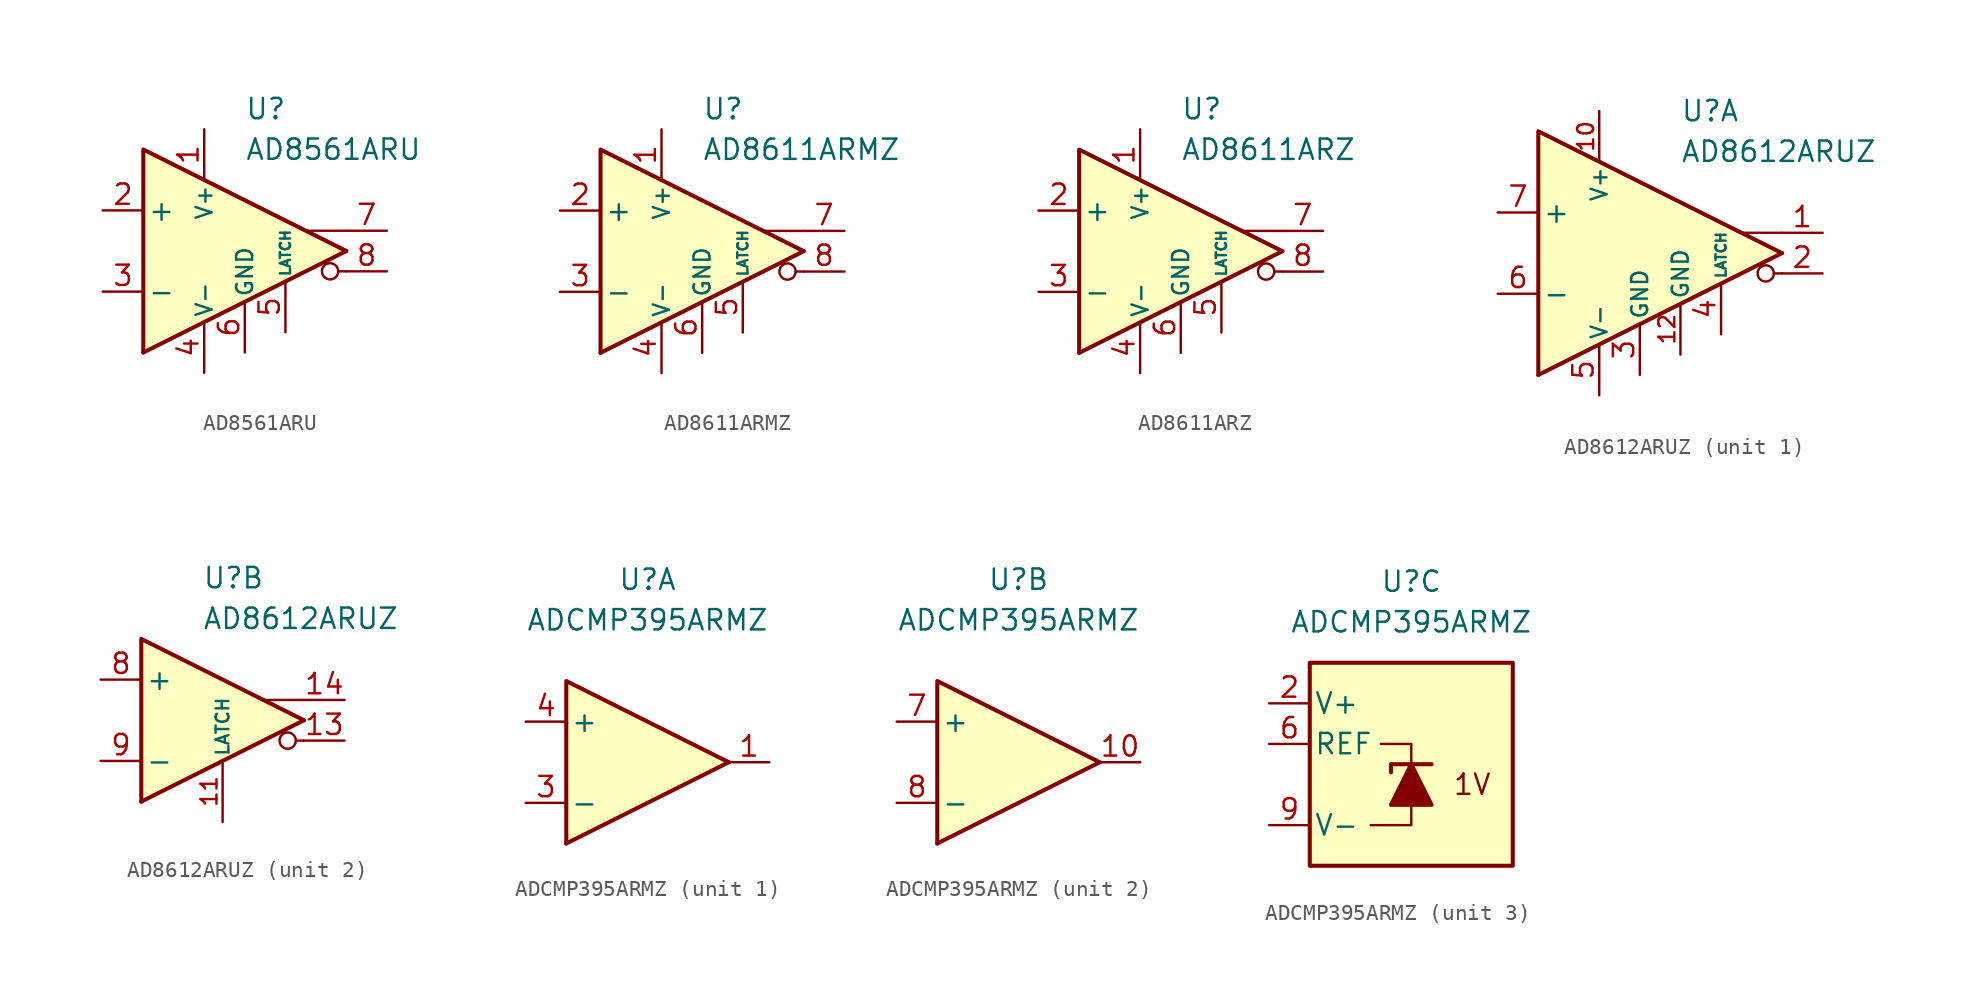
<source format=kicad_sym>
(kicad_symbol_lib
  (version 20231120)
  (generator "kicad_symbol_editor")
  (generator_version "8.0")
  (symbol "AD8561ARU"
    (pin_names
      (offset 0.254))
    (property "Reference" "U"
      (at 0 8.89 0)
      (effects (font (size 1.27 1.27)) (justify left)))
    (property "Value" "AD8561ARU"
      (at 0 6.35 0)
      (effects (font (size 1.27 1.27)) (justify left)))
    (symbol "AD8561ARU_0_0"
      (polyline (pts (xy 6.35 -1.27) (xy 5.842 -1.27)) (stroke (width 0.152) (type default)) (fill (type none)))
      (polyline (pts (xy 6.35 0) (xy -6.35 -6.35)) (stroke (width 0.254) (type default)) (fill (type none)))
      (polyline (pts (xy 6.35 1.27) (xy 3.81 1.27)) (stroke (width 0.152) (type default)) (fill (type none)))
      (polyline (pts (xy 6.35 0) (xy -6.35 6.35) (xy -6.35 -6.35)) (stroke (width 0.254) (type default)) (fill (type background)))
      (circle (center 5.334 -1.27) (radius 0.508) (stroke (width 0.152) (type default)) (fill (type none))))
    (symbol "AD8561ARU_1_1"
      (pin power_in line (at -2.54 7.62 270) (length 3.18) (name "V+" (effects (font (size 1 1)))) (number "1" (effects (font (size 1.27 1.27)))))
      (pin input line (at -8.89 2.54 0) (length 2.54) (name "+" (effects (font (size 1.27 1.27)))) (number "2" (effects (font (size 1.27 1.27)))))
      (pin input line (at -8.89 -2.54 0) (length 2.54) (name "-" (effects (font (size 1.27 1.27)))) (number "3" (effects (font (size 1.27 1.27)))))
      (pin power_in line (at -2.54 -7.62 90) (length 3.18) (name "V-" (effects (font (size 1 1)))) (number "4" (effects (font (size 1.27 1.27)))))
      (pin input line (at 2.54 -5.08 90) (length 3.18) (name "LATCH" (effects (font (size 0.635 0.635)))) (number "5" (effects (font (size 1.27 1.27)))))
      (pin power_in line (at 0 -6.35 90) (length 3.18) (name "GND" (effects (font (size 1 1)))) (number "6" (effects (font (size 1.27 1.27)))))
      (pin output line (at 8.89 1.27 180) (length 2.54) (name "~" (effects (font (size 1.27 1.27)))) (number "7" (effects (font (size 1.27 1.27)))))
      (pin output line (at 8.89 -1.27 180) (length 2.54) (name "~" (effects (font (size 1.27 1.27)))) (number "8" (effects (font (size 1.27 1.27)))))))
  (symbol "AD8611ARMZ"
    (pin_names
      (offset 0.254))
    (property "Reference" "U"
      (at 0 8.89 0)
      (effects (font (size 1.27 1.27)) (justify left)))
    (property "Value" "AD8611ARMZ"
      (at 0 6.35 0)
      (effects (font (size 1.27 1.27)) (justify left)))
    (symbol "AD8611ARMZ_0_0"
      (polyline (pts (xy 6.35 -1.27) (xy 5.842 -1.27)) (stroke (width 0.152) (type default)) (fill (type none)))
      (polyline (pts (xy 6.35 0) (xy -6.35 -6.35)) (stroke (width 0.254) (type default)) (fill (type none)))
      (polyline (pts (xy 6.35 1.27) (xy 3.81 1.27)) (stroke (width 0.152) (type default)) (fill (type none)))
      (polyline (pts (xy 6.35 0) (xy -6.35 6.35) (xy -6.35 -6.35)) (stroke (width 0.254) (type default)) (fill (type background)))
      (circle (center 5.334 -1.27) (radius 0.508) (stroke (width 0.152) (type default)) (fill (type none))))
    (symbol "AD8611ARMZ_1_1"
      (pin power_in line (at -2.54 7.62 270) (length 3.18) (name "V+" (effects (font (size 1 1)))) (number "1" (effects (font (size 1.27 1.27)))))
      (pin input line (at -8.89 2.54 0) (length 2.54) (name "+" (effects (font (size 1.27 1.27)))) (number "2" (effects (font (size 1.27 1.27)))))
      (pin input line (at -8.89 -2.54 0) (length 2.54) (name "-" (effects (font (size 1.27 1.27)))) (number "3" (effects (font (size 1.27 1.27)))))
      (pin power_in line (at -2.54 -7.62 90) (length 3.18) (name "V-" (effects (font (size 1 1)))) (number "4" (effects (font (size 1.27 1.27)))))
      (pin input line (at 2.54 -5.08 90) (length 3.18) (name "LATCH" (effects (font (size 0.635 0.635)))) (number "5" (effects (font (size 1.27 1.27)))))
      (pin power_in line (at 0 -6.35 90) (length 3.18) (name "GND" (effects (font (size 1 1)))) (number "6" (effects (font (size 1.27 1.27)))))
      (pin output line (at 8.89 1.27 180) (length 2.54) (name "~" (effects (font (size 1.27 1.27)))) (number "7" (effects (font (size 1.27 1.27)))))
      (pin output line (at 8.89 -1.27 180) (length 2.54) (name "~" (effects (font (size 1.27 1.27)))) (number "8" (effects (font (size 1.27 1.27)))))))
  (symbol "AD8611ARZ"
    (pin_names
      (offset 0.254))
    (property "Reference" "U"
      (at 0 8.89 0)
      (effects (font (size 1.27 1.27)) (justify left)))
    (property "Value" "AD8611ARZ"
      (at 0 6.35 0)
      (effects (font (size 1.27 1.27)) (justify left)))
    (symbol "AD8611ARZ_0_0"
      (polyline (pts (xy 6.35 -1.27) (xy 5.842 -1.27)) (stroke (width 0.152) (type default)) (fill (type none)))
      (polyline (pts (xy 6.35 0) (xy -6.35 -6.35)) (stroke (width 0.254) (type default)) (fill (type none)))
      (polyline (pts (xy 6.35 1.27) (xy 3.81 1.27)) (stroke (width 0.152) (type default)) (fill (type none)))
      (polyline (pts (xy 6.35 0) (xy -6.35 6.35) (xy -6.35 -6.35)) (stroke (width 0.254) (type default)) (fill (type background)))
      (circle (center 5.334 -1.27) (radius 0.508) (stroke (width 0.152) (type default)) (fill (type none))))
    (symbol "AD8611ARZ_1_1"
      (pin power_in line (at -2.54 7.62 270) (length 3.18) (name "V+" (effects (font (size 1 1)))) (number "1" (effects (font (size 1.27 1.27)))))
      (pin input line (at -8.89 2.54 0) (length 2.54) (name "+" (effects (font (size 1.27 1.27)))) (number "2" (effects (font (size 1.27 1.27)))))
      (pin input line (at -8.89 -2.54 0) (length 2.54) (name "-" (effects (font (size 1.27 1.27)))) (number "3" (effects (font (size 1.27 1.27)))))
      (pin power_in line (at -2.54 -7.62 90) (length 3.18) (name "V-" (effects (font (size 1 1)))) (number "4" (effects (font (size 1.27 1.27)))))
      (pin input line (at 2.54 -5.08 90) (length 3.18) (name "LATCH" (effects (font (size 0.635 0.635)))) (number "5" (effects (font (size 1.27 1.27)))))
      (pin power_in line (at 0 -6.35 90) (length 3.18) (name "GND" (effects (font (size 1 1)))) (number "6" (effects (font (size 1.27 1.27)))))
      (pin output line (at 8.89 1.27 180) (length 2.54) (name "~" (effects (font (size 1.27 1.27)))) (number "7" (effects (font (size 1.27 1.27)))))
      (pin output line (at 8.89 -1.27 180) (length 2.54) (name "~" (effects (font (size 1.27 1.27)))) (number "8" (effects (font (size 1.27 1.27)))))))
  (symbol "AD8612ARUZ"
    (pin_names
      (offset 0.254))
    (property "Reference" "U"
      (at 0 8.89 0)
      (effects (font (size 1.27 1.27)) (justify left)))
    (property "Value" "AD8612ARUZ"
      (at 0 6.35 0)
      (effects (font (size 1.27 1.27)) (justify left)))
    (property "ki_locked" ""
      (at 0 0 0)
      (effects (font (size 1.27 1.27))))
    (symbol "AD8612ARUZ_0_0"
      (polyline (pts (xy 6.35 -1.27) (xy 5.842 -1.27)) (stroke (width 0.152) (type default)) (fill (type none)))
      (polyline (pts (xy 6.35 1.27) (xy 3.81 1.27)) (stroke (width 0.152) (type default)) (fill (type none)))
      (circle (center 5.334 -1.27) (radius 0.508) (stroke (width 0.152) (type default)) (fill (type none))))
    (symbol "AD8612ARUZ_1_0"
      (polyline (pts (xy 6.35 0) (xy -8.89 -7.62)) (stroke (width 0.254) (type default)) (fill (type none)))
      (polyline (pts (xy 6.35 0) (xy -8.89 7.62) (xy -8.89 -7.62)) (stroke (width 0.254) (type default)) (fill (type background))))
    (symbol "AD8612ARUZ_1_1"
      (pin output line (at 8.89 1.27 180) (length 2.54) (name "~" (effects (font (size 1.27 1.27)))) (number "1" (effects (font (size 1.27 1.27)))))
      (pin power_in line (at -5.08 8.89 270) (length 3.18) (name "V+" (effects (font (size 1 1)))) (number "10" (effects (font (size 1 1)))))
      (pin power_in line (at 0 -6.35 90) (length 3.18) (name "GND" (effects (font (size 1 1)))) (number "12" (effects (font (size 1 1)))))
      (pin output line (at 8.89 -1.27 180) (length 2.54) (name "~" (effects (font (size 1.27 1.27)))) (number "2" (effects (font (size 1.27 1.27)))))
      (pin power_in line (at -2.54 -7.62 90) (length 3.18) (name "GND" (effects (font (size 1 1)))) (number "3" (effects (font (size 1.27 1.27)))))
      (pin input line (at 2.54 -5.08 90) (length 3.18) (name "LATCH" (effects (font (size 0.635 0.635)))) (number "4" (effects (font (size 1.27 1.27)))))
      (pin power_in line (at -5.08 -8.89 90) (length 3.18) (name "V-" (effects (font (size 1 1)))) (number "5" (effects (font (size 1.27 1.27)))))
      (pin input line (at -11.43 -2.54 0) (length 2.54) (name "-" (effects (font (size 1.27 1.27)))) (number "6" (effects (font (size 1.27 1.27)))))
      (pin input line (at -11.43 2.54 0) (length 2.54) (name "+" (effects (font (size 1.27 1.27)))) (number "7" (effects (font (size 1.27 1.27))))))
    (symbol "AD8612ARUZ_2_0"
      (polyline (pts (xy 6.35 0) (xy -3.81 -5.08)) (stroke (width 0.254) (type default)) (fill (type none)))
      (polyline (pts (xy 6.35 0) (xy -3.81 5.08) (xy -3.81 -5.08)) (stroke (width 0.254) (type default)) (fill (type background))))
    (symbol "AD8612ARUZ_2_1"
      (pin input line (at 1.27 -6.35 90) (length 3.81) (name "LATCH" (effects (font (size 0.8 0.8)))) (number "11" (effects (font (size 1 1)))))
      (pin output line (at 8.89 -1.27 180) (length 2.54) (name "~" (effects (font (size 1.27 1.27)))) (number "13" (effects (font (size 1.27 1.27)))))
      (pin output line (at 8.89 1.27 180) (length 2.54) (name "~" (effects (font (size 1.27 1.27)))) (number "14" (effects (font (size 1.27 1.27)))))
      (pin input line (at -6.35 2.54 0) (length 2.54) (name "+" (effects (font (size 1.27 1.27)))) (number "8" (effects (font (size 1.27 1.27)))))
      (pin input line (at -6.35 -2.54 0) (length 2.54) (name "-" (effects (font (size 1.27 1.27)))) (number "9" (effects (font (size 1.27 1.27)))))))
  (symbol "ADCMP395ARMZ"
    (pin_names
      (offset 0.254))
    (property "Reference" "U"
      (at 0 11.43 0)
      (effects (font (size 1.27 1.27))))
    (property "Value" "ADCMP395ARMZ"
      (at 0 8.89 0)
      (effects (font (size 1.27 1.27))))
    (property "ki_locked" ""
      (at 0 0 0)
      (effects (font (size 1.27 1.27))))
    (symbol "ADCMP395ARMZ_1_0"
      (polyline (pts (xy 5.08 0) (xy -5.08 -5.08)) (stroke (width 0.254) (type default)) (fill (type none)))
      (polyline (pts (xy 5.08 0) (xy -5.08 5.08) (xy -5.08 -5.08)) (stroke (width 0.254) (type default)) (fill (type background))))
    (symbol "ADCMP395ARMZ_1_1"
      (pin output line (at 7.62 0 180) (length 2.54) (name "~" (effects (font (size 1.27 1.27)))) (number "1" (effects (font (size 1.27 1.27)))))
      (pin input line (at -7.62 -2.54 0) (length 2.54) (name "-" (effects (font (size 1.27 1.27)))) (number "3" (effects (font (size 1.27 1.27)))))
      (pin input line (at -7.62 2.54 0) (length 2.54) (name "+" (effects (font (size 1.27 1.27)))) (number "4" (effects (font (size 1.27 1.27)))))
      (pin free line (at -2.54 0 0) (length 2.54) hide (name "NC" (effects (font (size 1.27 1.27)))) (number "5" (effects (font (size 1.27 1.27))))))
    (symbol "ADCMP395ARMZ_2_0"
      (polyline (pts (xy 5.08 0) (xy -5.08 -5.08)) (stroke (width 0.254) (type default)) (fill (type none)))
      (polyline (pts (xy 5.08 0) (xy -5.08 5.08) (xy -5.08 -5.08)) (stroke (width 0.254) (type default)) (fill (type background))))
    (symbol "ADCMP395ARMZ_2_1"
      (pin output line (at 7.62 0 180) (length 2.54) (name "~" (effects (font (size 1.27 1.27)))) (number "10" (effects (font (size 1.27 1.27)))))
      (pin input line (at -7.62 2.54 0) (length 2.54) (name "+" (effects (font (size 1.27 1.27)))) (number "7" (effects (font (size 1.27 1.27)))))
      (pin input line (at -7.62 -2.54 0) (length 2.54) (name "-" (effects (font (size 1.27 1.27)))) (number "8" (effects (font (size 1.27 1.27))))))
    (symbol "ADCMP395ARMZ_3_0"
      (rectangle (start -6.35 6.35) (end 6.35 -6.35) (stroke (width 0.254) (type default)) (fill (type background)))
      (polyline (pts (xy 0 -2.54) (xy 0 -3.81) (xy -2.54 -3.81)) (stroke (width 0.152) (type default)) (fill (type none)))
      (polyline (pts (xy 0 0) (xy 0 1.27) (xy -1.905 1.27)) (stroke (width 0.152) (type default)) (fill (type none)))
      (text "1V" (at 3.81 -1.27 0) (effects (font (size 1.27 1.27)))))
    (symbol "ADCMP395ARMZ_3_1"
      (polyline (pts (xy -1.27 0) (xy -1.27 -0.508)) (stroke (width 0.254) (type default)) (fill (type none)))
      (polyline (pts (xy -1.27 0) (xy 1.27 0)) (stroke (width 0.254) (type default)) (fill (type none)))
      (polyline (pts (xy 1.27 -2.54) (xy -1.27 -2.54) (xy 0 0) (xy 1.27 -2.54)) (stroke (width 0.254) (type default)) (fill (type outline)))
      (pin power_in line (at -8.89 3.81 0) (length 2.54) (name "V+" (effects (font (size 1.27 1.27)))) (number "2" (effects (font (size 1.27 1.27)))))
      (pin output line (at -8.89 1.27 0) (length 2.54) (name "REF" (effects (font (size 1.27 1.27)))) (number "6" (effects (font (size 1.27 1.27)))))
      (pin power_in line (at -8.89 -3.81 0) (length 2.54) (name "V-" (effects (font (size 1.27 1.27)))) (number "9" (effects (font (size 1.27 1.27))))))))
</source>
